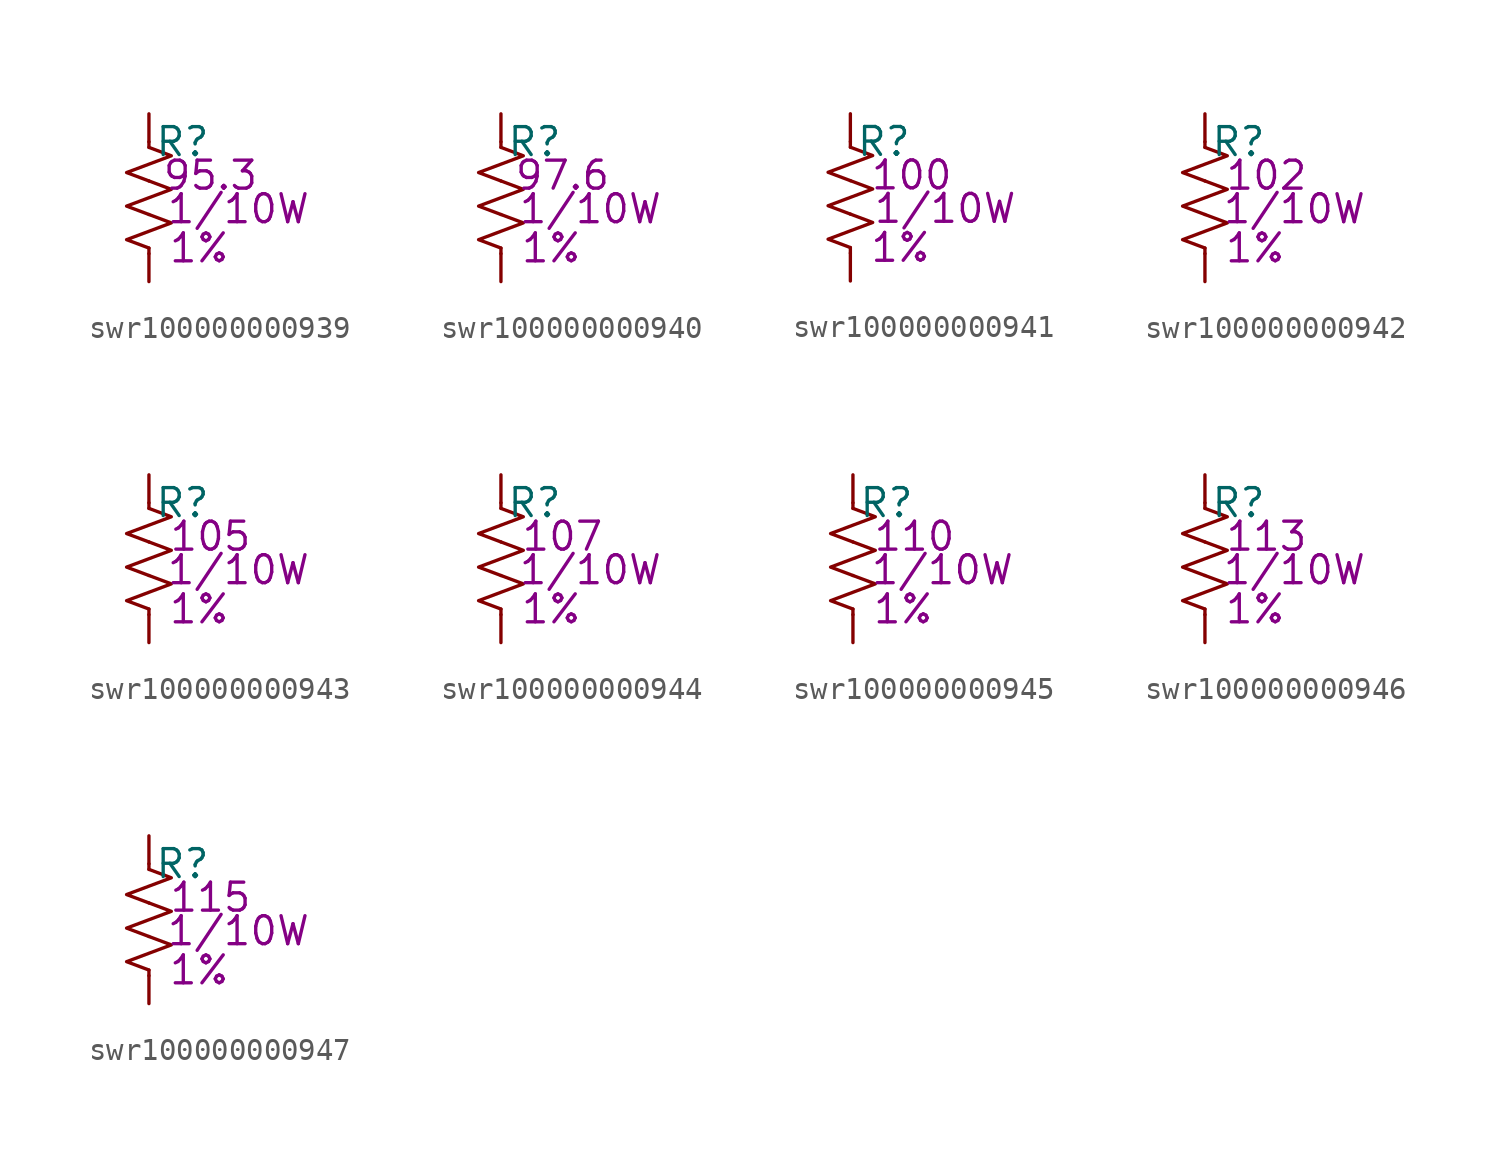
<source format=kicad_sym>
(kicad_symbol_lib
  (version 20211014)
  (generator kicad_symbol_editor)
  (symbol "swr100000000939"
    (pin_numbers hide)
    (pin_names
      (offset 1.016))
    (property "Reference" "R"
      (at 1.524 2.54 0)
      (effects (font (size 1.27 1.27))))
    (property "Tolerance" "1%"
      (at 2.286 -2.286 0)
      (effects (font (size 1.27 1.27))))
    (property "Wattage" "1/10W"
      (at 4.064 -0.508 0)
      (effects (font (size 1.27 1.27))))
    (property "PartValue" "95.3"
      (at 2.794 1.016 0)
      (effects (font (size 1.27 1.27))))
    (symbol "swr100000000939_1_1"
      (polyline (pts (xy 0 -2.286) (xy 0 -2.54)) (stroke (width 0) (type default) (color 0 0 0 0)) (fill (type none)))
      (polyline (pts (xy 0 2.286) (xy 0 2.54)) (stroke (width 0) (type default) (color 0 0 0 0)) (fill (type none)))
      (polyline (pts (xy 0 -0.762) (xy 1.016 -1.143) (xy 0 -1.524) (xy -1.016 -1.905) (xy 0 -2.286)) (stroke (width 0) (type default) (color 0 0 0 0)) (fill (type none)))
      (polyline (pts (xy 0 0.762) (xy 1.016 0.381) (xy 0 0) (xy -1.016 -0.381) (xy 0 -0.762)) (stroke (width 0) (type default) (color 0 0 0 0)) (fill (type none)))
      (polyline (pts (xy 0 2.286) (xy 1.016 1.905) (xy 0 1.524) (xy -1.016 1.143) (xy 0 0.762)) (stroke (width 0) (type default) (color 0 0 0 0)) (fill (type none)))
      (pin passive line (at 0 3.81 270) (length 1.27) (name "~" (effects (font (size 1.27 1.27)))) (number "1" (effects (font (size 1.27 1.27)))))
      (pin passive line (at 0 -3.81 90) (length 1.27) (name "~" (effects (font (size 1.27 1.27)))) (number "2" (effects (font (size 1.27 1.27)))))))
  (symbol "swr100000000940"
    (pin_numbers hide)
    (pin_names
      (offset 1.016))
    (property "Reference" "R"
      (at 1.524 2.54 0)
      (effects (font (size 1.27 1.27))))
    (property "Tolerance" "1%"
      (at 2.286 -2.286 0)
      (effects (font (size 1.27 1.27))))
    (property "Wattage" "1/10W"
      (at 4.064 -0.508 0)
      (effects (font (size 1.27 1.27))))
    (property "PartValue" "97.6"
      (at 2.794 1.016 0)
      (effects (font (size 1.27 1.27))))
    (symbol "swr100000000940_1_1"
      (polyline (pts (xy 0 -2.286) (xy 0 -2.54)) (stroke (width 0) (type default) (color 0 0 0 0)) (fill (type none)))
      (polyline (pts (xy 0 2.286) (xy 0 2.54)) (stroke (width 0) (type default) (color 0 0 0 0)) (fill (type none)))
      (polyline (pts (xy 0 -0.762) (xy 1.016 -1.143) (xy 0 -1.524) (xy -1.016 -1.905) (xy 0 -2.286)) (stroke (width 0) (type default) (color 0 0 0 0)) (fill (type none)))
      (polyline (pts (xy 0 0.762) (xy 1.016 0.381) (xy 0 0) (xy -1.016 -0.381) (xy 0 -0.762)) (stroke (width 0) (type default) (color 0 0 0 0)) (fill (type none)))
      (polyline (pts (xy 0 2.286) (xy 1.016 1.905) (xy 0 1.524) (xy -1.016 1.143) (xy 0 0.762)) (stroke (width 0) (type default) (color 0 0 0 0)) (fill (type none)))
      (pin passive line (at 0 3.81 270) (length 1.27) (name "~" (effects (font (size 1.27 1.27)))) (number "1" (effects (font (size 1.27 1.27)))))
      (pin passive line (at 0 -3.81 90) (length 1.27) (name "~" (effects (font (size 1.27 1.27)))) (number "2" (effects (font (size 1.27 1.27)))))))
  (symbol "swr100000000941"
    (pin_numbers hide)
    (pin_names
      (offset 1.016))
    (property "Reference" "R"
      (at 1.524 2.54 0)
      (effects (font (size 1.27 1.27))))
    (property "PartValue" "100"
      (at 2.794 1.016 0)
      (effects (font (size 1.27 1.27))))
    (property "Tolerance" "1%"
      (at 2.286 -2.286 0)
      (effects (font (size 1.27 1.27))))
    (property "Wattage" "1/10W"
      (at 4.318 -0.508 0)
      (effects (font (size 1.27 1.27))))
    (symbol "swr100000000941_1_1"
      (polyline (pts (xy 0 -2.286) (xy 0 -2.54)) (stroke (width 0) (type default) (color 0 0 0 0)) (fill (type none)))
      (polyline (pts (xy 0 2.286) (xy 0 2.54)) (stroke (width 0) (type default) (color 0 0 0 0)) (fill (type none)))
      (polyline (pts (xy 0 -0.762) (xy 1.016 -1.143) (xy 0 -1.524) (xy -1.016 -1.905) (xy 0 -2.286)) (stroke (width 0) (type default) (color 0 0 0 0)) (fill (type none)))
      (polyline (pts (xy 0 0.762) (xy 1.016 0.381) (xy 0 0) (xy -1.016 -0.381) (xy 0 -0.762)) (stroke (width 0) (type default) (color 0 0 0 0)) (fill (type none)))
      (polyline (pts (xy 0 2.286) (xy 1.016 1.905) (xy 0 1.524) (xy -1.016 1.143) (xy 0 0.762)) (stroke (width 0) (type default) (color 0 0 0 0)) (fill (type none)))
      (pin passive line (at 0 3.81 270) (length 1.27) (name "~" (effects (font (size 1.27 1.27)))) (number "1" (effects (font (size 1.27 1.27)))))
      (pin passive line (at 0 -3.81 90) (length 1.27) (name "~" (effects (font (size 1.27 1.27)))) (number "2" (effects (font (size 1.27 1.27)))))))
  (symbol "swr100000000942"
    (pin_numbers hide)
    (pin_names
      (offset 1.016))
    (property "Reference" "R"
      (at 1.524 2.54 0)
      (effects (font (size 1.27 1.27))))
    (property "Tolerance" "1%"
      (at 2.286 -2.286 0)
      (effects (font (size 1.27 1.27))))
    (property "Wattage" "1/10W"
      (at 4.064 -0.508 0)
      (effects (font (size 1.27 1.27))))
    (property "PartValue" "102"
      (at 2.794 1.016 0)
      (effects (font (size 1.27 1.27))))
    (symbol "swr100000000942_1_1"
      (polyline (pts (xy 0 -2.286) (xy 0 -2.54)) (stroke (width 0) (type default) (color 0 0 0 0)) (fill (type none)))
      (polyline (pts (xy 0 2.286) (xy 0 2.54)) (stroke (width 0) (type default) (color 0 0 0 0)) (fill (type none)))
      (polyline (pts (xy 0 -0.762) (xy 1.016 -1.143) (xy 0 -1.524) (xy -1.016 -1.905) (xy 0 -2.286)) (stroke (width 0) (type default) (color 0 0 0 0)) (fill (type none)))
      (polyline (pts (xy 0 0.762) (xy 1.016 0.381) (xy 0 0) (xy -1.016 -0.381) (xy 0 -0.762)) (stroke (width 0) (type default) (color 0 0 0 0)) (fill (type none)))
      (polyline (pts (xy 0 2.286) (xy 1.016 1.905) (xy 0 1.524) (xy -1.016 1.143) (xy 0 0.762)) (stroke (width 0) (type default) (color 0 0 0 0)) (fill (type none)))
      (pin passive line (at 0 3.81 270) (length 1.27) (name "~" (effects (font (size 1.27 1.27)))) (number "1" (effects (font (size 1.27 1.27)))))
      (pin passive line (at 0 -3.81 90) (length 1.27) (name "~" (effects (font (size 1.27 1.27)))) (number "2" (effects (font (size 1.27 1.27)))))))
  (symbol "swr100000000943"
    (pin_numbers hide)
    (pin_names
      (offset 1.016))
    (property "Reference" "R"
      (at 1.524 2.54 0)
      (effects (font (size 1.27 1.27))))
    (property "Tolerance" "1%"
      (at 2.286 -2.286 0)
      (effects (font (size 1.27 1.27))))
    (property "Wattage" "1/10W"
      (at 4.064 -0.508 0)
      (effects (font (size 1.27 1.27))))
    (property "PartValue" "105"
      (at 2.794 1.016 0)
      (effects (font (size 1.27 1.27))))
    (symbol "swr100000000943_1_1"
      (polyline (pts (xy 0 -2.286) (xy 0 -2.54)) (stroke (width 0) (type default) (color 0 0 0 0)) (fill (type none)))
      (polyline (pts (xy 0 2.286) (xy 0 2.54)) (stroke (width 0) (type default) (color 0 0 0 0)) (fill (type none)))
      (polyline (pts (xy 0 -0.762) (xy 1.016 -1.143) (xy 0 -1.524) (xy -1.016 -1.905) (xy 0 -2.286)) (stroke (width 0) (type default) (color 0 0 0 0)) (fill (type none)))
      (polyline (pts (xy 0 0.762) (xy 1.016 0.381) (xy 0 0) (xy -1.016 -0.381) (xy 0 -0.762)) (stroke (width 0) (type default) (color 0 0 0 0)) (fill (type none)))
      (polyline (pts (xy 0 2.286) (xy 1.016 1.905) (xy 0 1.524) (xy -1.016 1.143) (xy 0 0.762)) (stroke (width 0) (type default) (color 0 0 0 0)) (fill (type none)))
      (pin passive line (at 0 3.81 270) (length 1.27) (name "~" (effects (font (size 1.27 1.27)))) (number "1" (effects (font (size 1.27 1.27)))))
      (pin passive line (at 0 -3.81 90) (length 1.27) (name "~" (effects (font (size 1.27 1.27)))) (number "2" (effects (font (size 1.27 1.27)))))))
  (symbol "swr100000000944"
    (pin_numbers hide)
    (pin_names
      (offset 1.016))
    (property "Reference" "R"
      (at 1.524 2.54 0)
      (effects (font (size 1.27 1.27))))
    (property "Tolerance" "1%"
      (at 2.286 -2.286 0)
      (effects (font (size 1.27 1.27))))
    (property "Wattage" "1/10W"
      (at 4.064 -0.508 0)
      (effects (font (size 1.27 1.27))))
    (property "PartValue" "107"
      (at 2.794 1.016 0)
      (effects (font (size 1.27 1.27))))
    (symbol "swr100000000944_1_1"
      (polyline (pts (xy 0 -2.286) (xy 0 -2.54)) (stroke (width 0) (type default) (color 0 0 0 0)) (fill (type none)))
      (polyline (pts (xy 0 2.286) (xy 0 2.54)) (stroke (width 0) (type default) (color 0 0 0 0)) (fill (type none)))
      (polyline (pts (xy 0 -0.762) (xy 1.016 -1.143) (xy 0 -1.524) (xy -1.016 -1.905) (xy 0 -2.286)) (stroke (width 0) (type default) (color 0 0 0 0)) (fill (type none)))
      (polyline (pts (xy 0 0.762) (xy 1.016 0.381) (xy 0 0) (xy -1.016 -0.381) (xy 0 -0.762)) (stroke (width 0) (type default) (color 0 0 0 0)) (fill (type none)))
      (polyline (pts (xy 0 2.286) (xy 1.016 1.905) (xy 0 1.524) (xy -1.016 1.143) (xy 0 0.762)) (stroke (width 0) (type default) (color 0 0 0 0)) (fill (type none)))
      (pin passive line (at 0 3.81 270) (length 1.27) (name "~" (effects (font (size 1.27 1.27)))) (number "1" (effects (font (size 1.27 1.27)))))
      (pin passive line (at 0 -3.81 90) (length 1.27) (name "~" (effects (font (size 1.27 1.27)))) (number "2" (effects (font (size 1.27 1.27)))))))
  (symbol "swr100000000945"
    (pin_numbers hide)
    (pin_names
      (offset 1.016))
    (property "Reference" "R"
      (at 1.524 2.54 0)
      (effects (font (size 1.27 1.27))))
    (property "Tolerance" "1%"
      (at 2.286 -2.286 0)
      (effects (font (size 1.27 1.27))))
    (property "Wattage" "1/10W"
      (at 4.064 -0.508 0)
      (effects (font (size 1.27 1.27))))
    (property "PartValue" "110"
      (at 2.794 1.016 0)
      (effects (font (size 1.27 1.27))))
    (symbol "swr100000000945_1_1"
      (polyline (pts (xy 0 -2.286) (xy 0 -2.54)) (stroke (width 0) (type default) (color 0 0 0 0)) (fill (type none)))
      (polyline (pts (xy 0 2.286) (xy 0 2.54)) (stroke (width 0) (type default) (color 0 0 0 0)) (fill (type none)))
      (polyline (pts (xy 0 -0.762) (xy 1.016 -1.143) (xy 0 -1.524) (xy -1.016 -1.905) (xy 0 -2.286)) (stroke (width 0) (type default) (color 0 0 0 0)) (fill (type none)))
      (polyline (pts (xy 0 0.762) (xy 1.016 0.381) (xy 0 0) (xy -1.016 -0.381) (xy 0 -0.762)) (stroke (width 0) (type default) (color 0 0 0 0)) (fill (type none)))
      (polyline (pts (xy 0 2.286) (xy 1.016 1.905) (xy 0 1.524) (xy -1.016 1.143) (xy 0 0.762)) (stroke (width 0) (type default) (color 0 0 0 0)) (fill (type none)))
      (pin passive line (at 0 3.81 270) (length 1.27) (name "~" (effects (font (size 1.27 1.27)))) (number "1" (effects (font (size 1.27 1.27)))))
      (pin passive line (at 0 -3.81 90) (length 1.27) (name "~" (effects (font (size 1.27 1.27)))) (number "2" (effects (font (size 1.27 1.27)))))))
  (symbol "swr100000000946"
    (pin_numbers hide)
    (pin_names
      (offset 1.016))
    (property "Reference" "R"
      (at 1.524 2.54 0)
      (effects (font (size 1.27 1.27))))
    (property "Tolerance" "1%"
      (at 2.286 -2.286 0)
      (effects (font (size 1.27 1.27))))
    (property "Wattage" "1/10W"
      (at 4.064 -0.508 0)
      (effects (font (size 1.27 1.27))))
    (property "PartValue" "113"
      (at 2.794 1.016 0)
      (effects (font (size 1.27 1.27))))
    (symbol "swr100000000946_1_1"
      (polyline (pts (xy 0 -2.286) (xy 0 -2.54)) (stroke (width 0) (type default) (color 0 0 0 0)) (fill (type none)))
      (polyline (pts (xy 0 2.286) (xy 0 2.54)) (stroke (width 0) (type default) (color 0 0 0 0)) (fill (type none)))
      (polyline (pts (xy 0 -0.762) (xy 1.016 -1.143) (xy 0 -1.524) (xy -1.016 -1.905) (xy 0 -2.286)) (stroke (width 0) (type default) (color 0 0 0 0)) (fill (type none)))
      (polyline (pts (xy 0 0.762) (xy 1.016 0.381) (xy 0 0) (xy -1.016 -0.381) (xy 0 -0.762)) (stroke (width 0) (type default) (color 0 0 0 0)) (fill (type none)))
      (polyline (pts (xy 0 2.286) (xy 1.016 1.905) (xy 0 1.524) (xy -1.016 1.143) (xy 0 0.762)) (stroke (width 0) (type default) (color 0 0 0 0)) (fill (type none)))
      (pin passive line (at 0 3.81 270) (length 1.27) (name "~" (effects (font (size 1.27 1.27)))) (number "1" (effects (font (size 1.27 1.27)))))
      (pin passive line (at 0 -3.81 90) (length 1.27) (name "~" (effects (font (size 1.27 1.27)))) (number "2" (effects (font (size 1.27 1.27)))))))
  (symbol "swr100000000947"
    (pin_numbers hide)
    (pin_names
      (offset 1.016))
    (property "Reference" "R"
      (at 1.524 2.54 0)
      (effects (font (size 1.27 1.27))))
    (property "Tolerance" "1%"
      (at 2.286 -2.286 0)
      (effects (font (size 1.27 1.27))))
    (property "Wattage" "1/10W"
      (at 4.064 -0.508 0)
      (effects (font (size 1.27 1.27))))
    (property "PartValue" "115"
      (at 2.794 1.016 0)
      (effects (font (size 1.27 1.27))))
    (symbol "swr100000000947_1_1"
      (polyline (pts (xy 0 -2.286) (xy 0 -2.54)) (stroke (width 0) (type default) (color 0 0 0 0)) (fill (type none)))
      (polyline (pts (xy 0 2.286) (xy 0 2.54)) (stroke (width 0) (type default) (color 0 0 0 0)) (fill (type none)))
      (polyline (pts (xy 0 -0.762) (xy 1.016 -1.143) (xy 0 -1.524) (xy -1.016 -1.905) (xy 0 -2.286)) (stroke (width 0) (type default) (color 0 0 0 0)) (fill (type none)))
      (polyline (pts (xy 0 0.762) (xy 1.016 0.381) (xy 0 0) (xy -1.016 -0.381) (xy 0 -0.762)) (stroke (width 0) (type default) (color 0 0 0 0)) (fill (type none)))
      (polyline (pts (xy 0 2.286) (xy 1.016 1.905) (xy 0 1.524) (xy -1.016 1.143) (xy 0 0.762)) (stroke (width 0) (type default) (color 0 0 0 0)) (fill (type none)))
      (pin passive line (at 0 3.81 270) (length 1.27) (name "~" (effects (font (size 1.27 1.27)))) (number "1" (effects (font (size 1.27 1.27)))))
      (pin passive line (at 0 -3.81 90) (length 1.27) (name "~" (effects (font (size 1.27 1.27)))) (number "2" (effects (font (size 1.27 1.27))))))))
</source>
